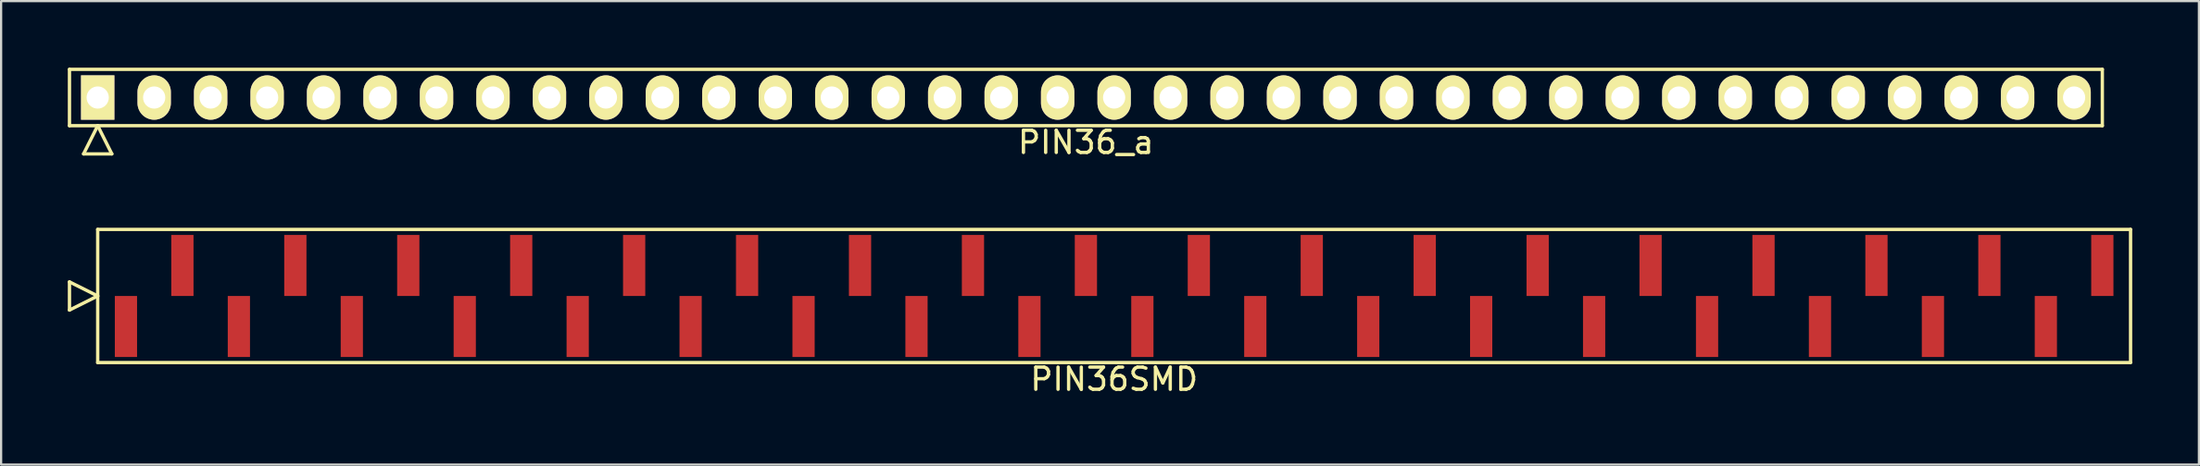
<source format=kicad_pcb>
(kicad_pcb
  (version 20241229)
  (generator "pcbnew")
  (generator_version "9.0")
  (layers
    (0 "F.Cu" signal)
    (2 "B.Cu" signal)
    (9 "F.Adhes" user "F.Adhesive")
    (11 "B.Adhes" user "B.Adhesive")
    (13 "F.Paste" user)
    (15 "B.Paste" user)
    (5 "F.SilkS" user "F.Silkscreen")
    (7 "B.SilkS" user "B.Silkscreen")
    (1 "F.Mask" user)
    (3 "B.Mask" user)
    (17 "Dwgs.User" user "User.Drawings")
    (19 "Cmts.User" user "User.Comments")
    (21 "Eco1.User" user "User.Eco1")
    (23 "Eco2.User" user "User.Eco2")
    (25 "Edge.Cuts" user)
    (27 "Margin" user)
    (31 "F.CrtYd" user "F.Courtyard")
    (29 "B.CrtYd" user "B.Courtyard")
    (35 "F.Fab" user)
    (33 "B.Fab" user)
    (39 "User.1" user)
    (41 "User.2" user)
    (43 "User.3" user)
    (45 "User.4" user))
  (footprint "PIN36SMD"
    (layer "F.Cu")
    (at 47.065 10.288)
    (property "Reference" "PIN36SMD" (at 0 3.75 0) (layer "F.SilkS") (effects (font (size 1 1) (thickness 0.15))))
    (attr through_hole)
    (fp_line (start -46.99 0.635) (end -46.99 -0.635) (stroke (width 0.15) (type solid)) (layer "F.SilkS"))
    (fp_line (start -45.72 -3) (end -45.72 3) (stroke (width 0.15) (type solid)) (layer "F.SilkS"))
    (fp_line (start -45.72 0) (end -46.99 -0.635) (stroke (width 0.15) (type solid)) (layer "F.SilkS"))
    (fp_line (start -45.72 0) (end -46.99 0.635) (stroke (width 0.15) (type solid)) (layer "F.SilkS"))
    (fp_line (start -45.72 3) (end 45.72 3) (stroke (width 0.15) (type solid)) (layer "F.SilkS"))
    (fp_line (start 45.72 -3) (end -45.72 -3) (stroke (width 0.15) (type solid)) (layer "F.SilkS"))
    (fp_line (start 45.72 3) (end 45.72 -3) (stroke (width 0.15) (type solid)) (layer "F.SilkS"))
    (pad "1" smd rect (at -44.45 1.375) (size 1 2.75) (layers "F.Cu" "F.Mask" "F.Paste"))
    (pad "2" smd rect (at -41.91 -1.375) (size 1 2.75) (layers "F.Cu" "F.Mask" "F.Paste"))
    (pad "3" smd rect (at -39.37 1.375) (size 1 2.75) (layers "F.Cu" "F.Mask" "F.Paste"))
    (pad "4" smd rect (at -36.83 -1.375) (size 1 2.75) (layers "F.Cu" "F.Mask" "F.Paste"))
    (pad "5" smd rect (at -34.29 1.375) (size 1 2.75) (layers "F.Cu" "F.Mask" "F.Paste"))
    (pad "6" smd rect (at -31.75 -1.375) (size 1 2.75) (layers "F.Cu" "F.Mask" "F.Paste"))
    (pad "7" smd rect (at -29.21 1.375) (size 1 2.75) (layers "F.Cu" "F.Mask" "F.Paste"))
    (pad "8" smd rect (at -26.67 -1.375) (size 1 2.75) (layers "F.Cu" "F.Mask" "F.Paste"))
    (pad "9" smd rect (at -24.13 1.375) (size 1 2.75) (layers "F.Cu" "F.Mask" "F.Paste"))
    (pad "10" smd rect (at -21.59 -1.375) (size 1 2.75) (layers "F.Cu" "F.Mask" "F.Paste"))
    (pad "11" smd rect (at -19.05 1.375) (size 1 2.75) (layers "F.Cu" "F.Mask" "F.Paste"))
    (pad "12" smd rect (at -16.51 -1.375) (size 1 2.75) (layers "F.Cu" "F.Mask" "F.Paste"))
    (pad "13" smd rect (at -13.97 1.375) (size 1 2.75) (layers "F.Cu" "F.Mask" "F.Paste"))
    (pad "14" smd rect (at -11.43 -1.375) (size 1 2.75) (layers "F.Cu" "F.Mask" "F.Paste"))
    (pad "15" smd rect (at -8.89 1.375) (size 1 2.75) (layers "F.Cu" "F.Mask" "F.Paste"))
    (pad "16" smd rect (at -6.35 -1.375) (size 1 2.75) (layers "F.Cu" "F.Mask" "F.Paste"))
    (pad "17" smd rect (at -3.81 1.375) (size 1 2.75) (layers "F.Cu" "F.Mask" "F.Paste"))
    (pad "18" smd rect (at -1.27 -1.375) (size 1 2.75) (layers "F.Cu" "F.Mask" "F.Paste"))
    (pad "19" smd rect (at 1.27 1.375) (size 1 2.75) (layers "F.Cu" "F.Mask" "F.Paste"))
    (pad "20" smd rect (at 3.81 -1.375) (size 1 2.75) (layers "F.Cu" "F.Mask" "F.Paste"))
    (pad "21" smd rect (at 6.35 1.375) (size 1 2.75) (layers "F.Cu" "F.Mask" "F.Paste"))
    (pad "22" smd rect (at 8.89 -1.375) (size 1 2.75) (layers "F.Cu" "F.Mask" "F.Paste"))
    (pad "23" smd rect (at 11.43 1.375) (size 1 2.75) (layers "F.Cu" "F.Mask" "F.Paste"))
    (pad "24" smd rect (at 13.97 -1.375) (size 1 2.75) (layers "F.Cu" "F.Mask" "F.Paste"))
    (pad "25" smd rect (at 16.51 1.375) (size 1 2.75) (layers "F.Cu" "F.Mask" "F.Paste"))
    (pad "26" smd rect (at 19.05 -1.375) (size 1 2.75) (layers "F.Cu" "F.Mask" "F.Paste"))
    (pad "27" smd rect (at 21.59 1.375) (size 1 2.75) (layers "F.Cu" "F.Mask" "F.Paste"))
    (pad "28" smd rect (at 24.13 -1.375) (size 1 2.75) (layers "F.Cu" "F.Mask" "F.Paste"))
    (pad "29" smd rect (at 26.67 1.375) (size 1 2.75) (layers "F.Cu" "F.Mask" "F.Paste"))
    (pad "30" smd rect (at 29.21 -1.375) (size 1 2.75) (layers "F.Cu" "F.Mask" "F.Paste"))
    (pad "31" smd rect (at 31.75 1.375) (size 1 2.75) (layers "F.Cu" "F.Mask" "F.Paste"))
    (pad "32" smd rect (at 34.29 -1.375) (size 1 2.75) (layers "F.Cu" "F.Mask" "F.Paste"))
    (pad "33" smd rect (at 36.83 1.375) (size 1 2.75) (layers "F.Cu" "F.Mask" "F.Paste"))
    (pad "34" smd rect (at 39.37 -1.375) (size 1 2.75) (layers "F.Cu" "F.Mask" "F.Paste"))
    (pad "35" smd rect (at 41.91 1.375) (size 1 2.75) (layers "F.Cu" "F.Mask" "F.Paste"))
    (pad "36" smd rect (at 44.45 -1.375) (size 1 2.75) (layers "F.Cu" "F.Mask" "F.Paste")))
  (footprint "PIN36_a"
    (layer "F.Cu")
    (at 45.795 1.345)
    (property "Reference" "PIN36_a" (at 0 2.02 0) (layer "F.SilkS") (effects (font (size 1 1) (thickness 0.15))))
    (attr through_hole)
    (fp_line (start -45.72 -1.27) (end -45.72 1.27) (stroke (width 0.15) (type solid)) (layer "F.SilkS"))
    (fp_line (start -45.72 1.27) (end 45.72 1.27) (stroke (width 0.15) (type solid)) (layer "F.SilkS"))
    (fp_line (start -45.085 2.54) (end -44.45 1.27) (stroke (width 0.15) (type solid)) (layer "F.SilkS"))
    (fp_line (start -45.085 2.54) (end -43.815 2.54) (stroke (width 0.15) (type solid)) (layer "F.SilkS"))
    (fp_line (start -43.815 2.54) (end -44.45 1.27) (stroke (width 0.15) (type solid)) (layer "F.SilkS"))
    (fp_line (start 45.72 -1.27) (end -45.72 -1.27) (stroke (width 0.15) (type solid)) (layer "F.SilkS"))
    (fp_line (start 45.72 1.27) (end 45.72 -1.27) (stroke (width 0.15) (type solid)) (layer "F.SilkS"))
    (pad "1" thru_hole rect (at -44.45 0) (size 1.5 2) (drill 1) (layers "*.Cu" "*.Mask" "F.SilkS"))
    (pad "2" thru_hole oval (at -41.91 0) (size 1.5 2) (drill 1) (layers "*.Cu" "*.Mask" "F.SilkS"))
    (pad "3" thru_hole oval (at -39.37 0) (size 1.5 2) (drill 1) (layers "*.Cu" "*.Mask" "F.SilkS"))
    (pad "4" thru_hole oval (at -36.83 0) (size 1.5 2) (drill 1) (layers "*.Cu" "*.Mask" "F.SilkS"))
    (pad "5" thru_hole oval (at -34.29 0) (size 1.5 2) (drill 1) (layers "*.Cu" "*.Mask" "F.SilkS"))
    (pad "6" thru_hole oval (at -31.75 0) (size 1.5 2) (drill 1) (layers "*.Cu" "*.Mask" "F.SilkS"))
    (pad "7" thru_hole oval (at -29.21 0) (size 1.5 2) (drill 1) (layers "*.Cu" "*.Mask" "F.SilkS"))
    (pad "8" thru_hole oval (at -26.67 0) (size 1.5 2) (drill 1) (layers "*.Cu" "*.Mask" "F.SilkS"))
    (pad "9" thru_hole oval (at -24.13 0) (size 1.5 2) (drill 1) (layers "*.Cu" "*.Mask" "F.SilkS"))
    (pad "10" thru_hole oval (at -21.59 0) (size 1.5 2) (drill 1) (layers "*.Cu" "*.Mask" "F.SilkS"))
    (pad "11" thru_hole oval (at -19.05 0) (size 1.5 2) (drill 1) (layers "*.Cu" "*.Mask" "F.SilkS"))
    (pad "12" thru_hole oval (at -16.51 0) (size 1.5 2) (drill 1) (layers "*.Cu" "*.Mask" "F.SilkS"))
    (pad "13" thru_hole oval (at -13.97 0) (size 1.5 2) (drill 1) (layers "*.Cu" "*.Mask" "F.SilkS"))
    (pad "14" thru_hole oval (at -11.43 0) (size 1.5 2) (drill 1) (layers "*.Cu" "*.Mask" "F.SilkS"))
    (pad "15" thru_hole oval (at -8.89 0) (size 1.5 2) (drill 1) (layers "*.Cu" "*.Mask" "F.SilkS"))
    (pad "16" thru_hole oval (at -6.35 0) (size 1.5 2) (drill 1) (layers "*.Cu" "*.Mask" "F.SilkS"))
    (pad "17" thru_hole oval (at -3.81 0) (size 1.5 2) (drill 1) (layers "*.Cu" "*.Mask" "F.SilkS"))
    (pad "18" thru_hole oval (at -1.27 0) (size 1.5 2) (drill 1) (layers "*.Cu" "*.Mask" "F.SilkS"))
    (pad "19" thru_hole oval (at 1.27 0) (size 1.5 2) (drill 1) (layers "*.Cu" "*.Mask" "F.SilkS"))
    (pad "20" thru_hole oval (at 3.81 0) (size 1.5 2) (drill 1) (layers "*.Cu" "*.Mask" "F.SilkS"))
    (pad "21" thru_hole oval (at 6.35 0) (size 1.5 2) (drill 1) (layers "*.Cu" "*.Mask" "F.SilkS"))
    (pad "22" thru_hole oval (at 8.89 0) (size 1.5 2) (drill 1) (layers "*.Cu" "*.Mask" "F.SilkS"))
    (pad "23" thru_hole oval (at 11.43 0) (size 1.5 2) (drill 1) (layers "*.Cu" "*.Mask" "F.SilkS"))
    (pad "24" thru_hole oval (at 13.97 0) (size 1.5 2) (drill 1) (layers "*.Cu" "*.Mask" "F.SilkS"))
    (pad "25" thru_hole oval (at 16.51 0) (size 1.5 2) (drill 1) (layers "*.Cu" "*.Mask" "F.SilkS"))
    (pad "26" thru_hole oval (at 19.05 0) (size 1.5 2) (drill 1) (layers "*.Cu" "*.Mask" "F.SilkS"))
    (pad "27" thru_hole oval (at 21.59 0) (size 1.5 2) (drill 1) (layers "*.Cu" "*.Mask" "F.SilkS"))
    (pad "28" thru_hole oval (at 24.13 0) (size 1.5 2) (drill 1) (layers "*.Cu" "*.Mask" "F.SilkS"))
    (pad "29" thru_hole oval (at 26.67 0) (size 1.5 2) (drill 1) (layers "*.Cu" "*.Mask" "F.SilkS"))
    (pad "30" thru_hole oval (at 29.21 0) (size 1.5 2) (drill 1) (layers "*.Cu" "*.Mask" "F.SilkS"))
    (pad "31" thru_hole oval (at 31.75 0) (size 1.5 2) (drill 1) (layers "*.Cu" "*.Mask" "F.SilkS"))
    (pad "32" thru_hole oval (at 34.29 0) (size 1.5 2) (drill 1) (layers "*.Cu" "*.Mask" "F.SilkS"))
    (pad "33" thru_hole oval (at 36.83 0) (size 1.5 2) (drill 1) (layers "*.Cu" "*.Mask" "F.SilkS"))
    (pad "34" thru_hole oval (at 39.37 0) (size 1.5 2) (drill 1) (layers "*.Cu" "*.Mask" "F.SilkS"))
    (pad "35" thru_hole oval (at 41.91 0) (size 1.5 2) (drill 1) (layers "*.Cu" "*.Mask" "F.SilkS"))
    (pad "36" thru_hole oval (at 44.45 0) (size 1.5 2) (drill 1) (layers "*.Cu" "*.Mask" "F.SilkS")))
  (gr_rect
    (start -3 -3)
    (end 95.86 17.887)
    (stroke (width 0.1) (type default))
    (fill no)
    (layer "Edge.Cuts")))
</source>
